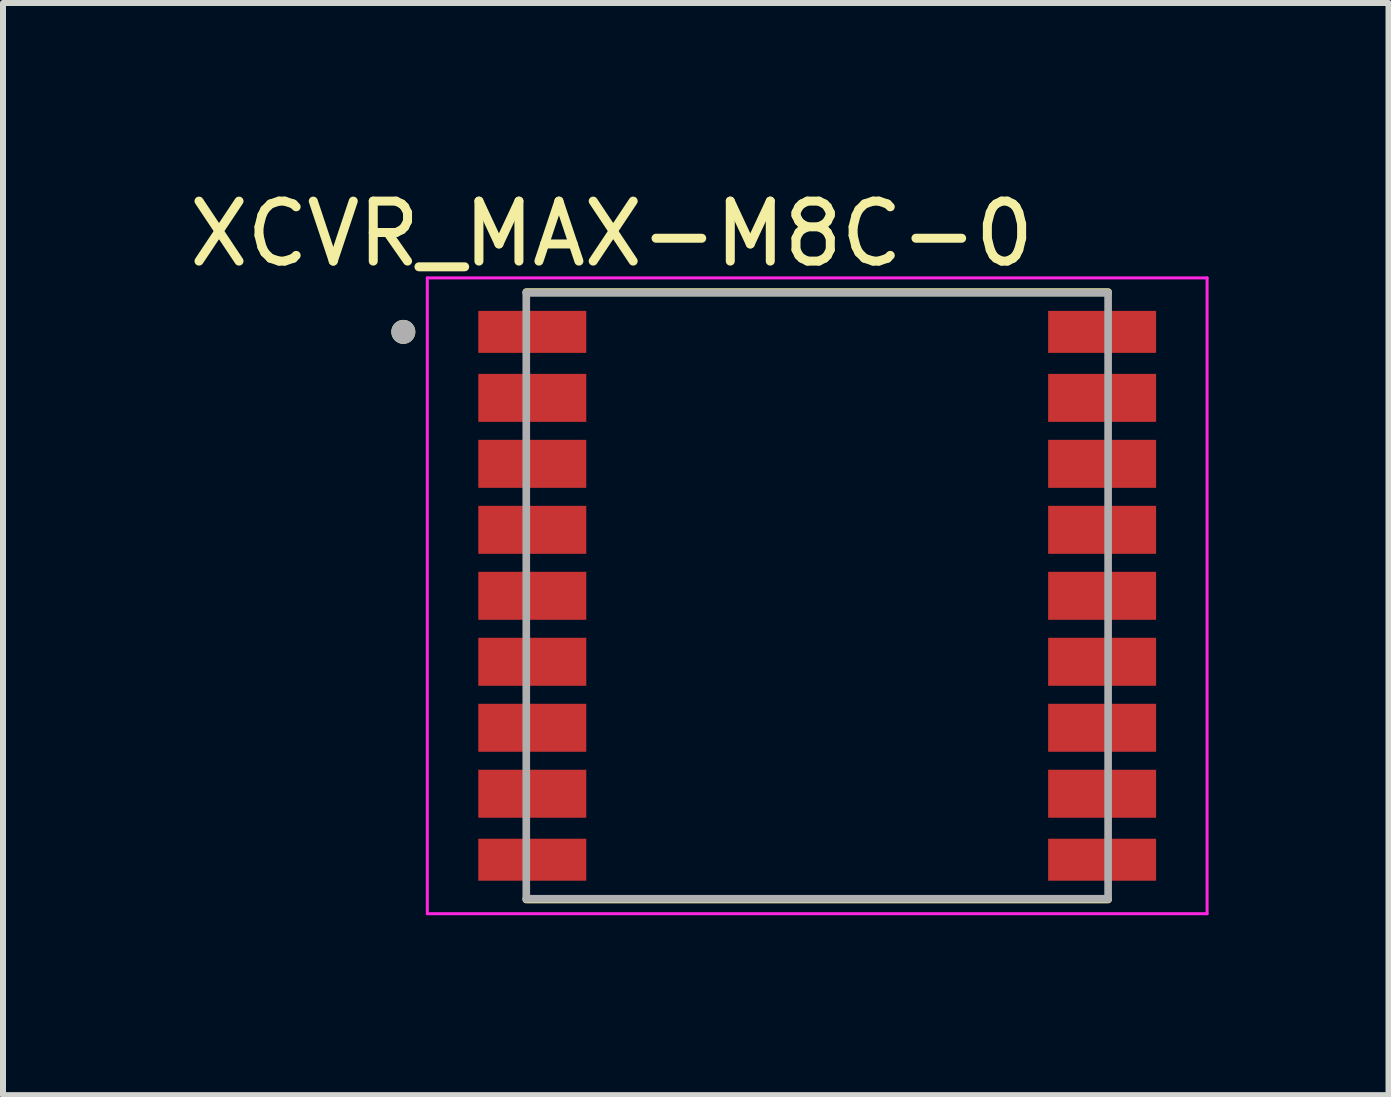
<source format=kicad_pcb>
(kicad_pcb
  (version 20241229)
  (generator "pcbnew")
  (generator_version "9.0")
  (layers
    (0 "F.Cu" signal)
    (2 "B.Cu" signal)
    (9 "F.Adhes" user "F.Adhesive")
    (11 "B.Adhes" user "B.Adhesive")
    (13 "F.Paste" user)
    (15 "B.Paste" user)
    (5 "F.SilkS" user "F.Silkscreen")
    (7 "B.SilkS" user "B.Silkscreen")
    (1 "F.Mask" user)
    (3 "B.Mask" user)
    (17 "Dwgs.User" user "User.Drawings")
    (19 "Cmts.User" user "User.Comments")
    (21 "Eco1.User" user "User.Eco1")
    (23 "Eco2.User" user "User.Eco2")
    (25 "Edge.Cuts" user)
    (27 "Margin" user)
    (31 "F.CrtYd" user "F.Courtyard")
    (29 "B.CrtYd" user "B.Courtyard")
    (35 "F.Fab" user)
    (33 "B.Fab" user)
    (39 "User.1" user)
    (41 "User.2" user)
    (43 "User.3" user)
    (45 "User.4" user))
  (footprint "XCVR_MAX-M8C-0"
    (layer "F.Cu")
    (at 10.574 6.883)
    (property "Reference" "XCVR_MAX-M8C-0" (at -3.425 -6.035 0) (layer "F.SilkS") (effects (font (size 1 1) (thickness 0.15))))
    (attr through_hole)
    (fp_poly (pts (xy -5.65 -4.75) (xy -3.85 -4.75) (xy -3.85 -4.05) (xy -5.65 -4.05)) (stroke (width 0.01) (type solid)) (fill yes) (layer "F.Mask"))
    (fp_poly (pts (xy -5.65 -3.7) (xy -3.85 -3.7) (xy -3.85 -2.9) (xy -5.65 -2.9)) (stroke (width 0.01) (type solid)) (fill yes) (layer "F.Mask"))
    (fp_poly (pts (xy -5.65 -2.6) (xy -3.85 -2.6) (xy -3.85 -1.8) (xy -5.65 -1.8)) (stroke (width 0.01) (type solid)) (fill yes) (layer "F.Mask"))
    (fp_poly (pts (xy -5.65 -1.5) (xy -3.85 -1.5) (xy -3.85 -0.7) (xy -5.65 -0.7)) (stroke (width 0.01) (type solid)) (fill yes) (layer "F.Mask"))
    (fp_poly (pts (xy -5.65 -0.4) (xy -3.85 -0.4) (xy -3.85 0.4) (xy -5.65 0.4)) (stroke (width 0.01) (type solid)) (fill yes) (layer "F.Mask"))
    (fp_poly (pts (xy -5.65 0.7) (xy -3.85 0.7) (xy -3.85 1.5) (xy -5.65 1.5)) (stroke (width 0.01) (type solid)) (fill yes) (layer "F.Mask"))
    (fp_poly (pts (xy -5.65 1.8) (xy -3.85 1.8) (xy -3.85 2.6) (xy -5.65 2.6)) (stroke (width 0.01) (type solid)) (fill yes) (layer "F.Mask"))
    (fp_poly (pts (xy -5.65 2.9) (xy -3.85 2.9) (xy -3.85 3.7) (xy -5.65 3.7)) (stroke (width 0.01) (type solid)) (fill yes) (layer "F.Mask"))
    (fp_poly (pts (xy -5.65 4.05) (xy -3.85 4.05) (xy -3.85 4.75) (xy -5.65 4.75)) (stroke (width 0.01) (type solid)) (fill yes) (layer "F.Mask"))
    (fp_poly (pts (xy 3.85 -4.75) (xy 5.65 -4.75) (xy 5.65 -4.05) (xy 3.85 -4.05)) (stroke (width 0.01) (type solid)) (fill yes) (layer "F.Mask"))
    (fp_poly (pts (xy 3.85 -3.7) (xy 5.65 -3.7) (xy 5.65 -2.9) (xy 3.85 -2.9)) (stroke (width 0.01) (type solid)) (fill yes) (layer "F.Mask"))
    (fp_poly (pts (xy 3.85 -2.6) (xy 5.65 -2.6) (xy 5.65 -1.8) (xy 3.85 -1.8)) (stroke (width 0.01) (type solid)) (fill yes) (layer "F.Mask"))
    (fp_poly (pts (xy 3.85 -1.5) (xy 5.65 -1.5) (xy 5.65 -0.7) (xy 3.85 -0.7)) (stroke (width 0.01) (type solid)) (fill yes) (layer "F.Mask"))
    (fp_poly (pts (xy 3.85 -0.4) (xy 5.65 -0.4) (xy 5.65 0.4) (xy 3.85 0.4)) (stroke (width 0.01) (type solid)) (fill yes) (layer "F.Mask"))
    (fp_poly (pts (xy 3.85 0.7) (xy 5.65 0.7) (xy 5.65 1.5) (xy 3.85 1.5)) (stroke (width 0.01) (type solid)) (fill yes) (layer "F.Mask"))
    (fp_poly (pts (xy 3.85 1.8) (xy 5.65 1.8) (xy 5.65 2.6) (xy 3.85 2.6)) (stroke (width 0.01) (type solid)) (fill yes) (layer "F.Mask"))
    (fp_poly (pts (xy 3.85 2.9) (xy 5.65 2.9) (xy 5.65 3.7) (xy 3.85 3.7)) (stroke (width 0.01) (type solid)) (fill yes) (layer "F.Mask"))
    (fp_poly (pts (xy 3.85 4.05) (xy 5.65 4.05) (xy 5.65 4.75) (xy 3.85 4.75)) (stroke (width 0.01) (type solid)) (fill yes) (layer "F.Mask"))
    (fp_line (start -4.85 -5.064) (end 4.85 -5.064) (stroke (width 0.127) (type solid)) (layer "F.SilkS"))
    (fp_line (start -4.85 5.064) (end 4.85 5.064) (stroke (width 0.127) (type solid)) (layer "F.SilkS"))
    (fp_circle (center -6.9 -4.4) (end -6.8 -4.4) (stroke (width 0.2) (type solid)) (fill no) (layer "F.SilkS"))
    (fp_poly (pts (xy -6.25 -4.75) (xy -4.85 -4.75) (xy -4.85 -4.65) (xy -3.95 -4.65) (xy -3.95 -4.15) (xy -4.85 -4.15) (xy -4.85 -4.05) (xy -6.25 -4.05)) (stroke (width 0.01) (type solid)) (fill yes) (layer "F.Paste"))
    (fp_poly (pts (xy -6.25 -3.7) (xy -4.85 -3.7) (xy -4.85 -3.6) (xy -3.95 -3.6) (xy -3.95 -3) (xy -4.85 -3) (xy -4.85 -2.9) (xy -6.25 -2.9)) (stroke (width 0.01) (type solid)) (fill yes) (layer "F.Paste"))
    (fp_poly (pts (xy -6.25 -2.6) (xy -4.85 -2.6) (xy -4.85 -2.5) (xy -3.95 -2.5) (xy -3.95 -1.9) (xy -4.85 -1.9) (xy -4.85 -1.8) (xy -6.25 -1.8)) (stroke (width 0.01) (type solid)) (fill yes) (layer "F.Paste"))
    (fp_poly (pts (xy -6.25 -1.5) (xy -4.85 -1.5) (xy -4.85 -1.4) (xy -3.95 -1.4) (xy -3.95 -0.8) (xy -4.85 -0.8) (xy -4.85 -0.7) (xy -6.25 -0.7)) (stroke (width 0.01) (type solid)) (fill yes) (layer "F.Paste"))
    (fp_poly (pts (xy -6.25 -0.4) (xy -4.85 -0.4) (xy -4.85 -0.3) (xy -3.95 -0.3) (xy -3.95 0.3) (xy -4.85 0.3) (xy -4.85 0.4) (xy -6.25 0.4)) (stroke (width 0.01) (type solid)) (fill yes) (layer "F.Paste"))
    (fp_poly (pts (xy -6.25 0.7) (xy -4.85 0.7) (xy -4.85 0.8) (xy -3.95 0.8) (xy -3.95 1.4) (xy -4.85 1.4) (xy -4.85 1.5) (xy -6.25 1.5)) (stroke (width 0.01) (type solid)) (fill yes) (layer "F.Paste"))
    (fp_poly (pts (xy -6.25 1.8) (xy -4.85 1.8) (xy -4.85 1.9) (xy -3.95 1.9) (xy -3.95 2.5) (xy -4.85 2.5) (xy -4.85 2.6) (xy -6.25 2.6)) (stroke (width 0.01) (type solid)) (fill yes) (layer "F.Paste"))
    (fp_poly (pts (xy -6.25 2.9) (xy -4.85 2.9) (xy -4.85 3) (xy -3.95 3) (xy -3.95 3.6) (xy -4.85 3.6) (xy -4.85 3.7) (xy -6.25 3.7)) (stroke (width 0.01) (type solid)) (fill yes) (layer "F.Paste"))
    (fp_poly (pts (xy -6.25 4.05) (xy -4.85 4.05) (xy -4.85 4.15) (xy -3.95 4.15) (xy -3.95 4.65) (xy -4.85 4.65) (xy -4.85 4.75) (xy -6.25 4.75)) (stroke (width 0.01) (type solid)) (fill yes) (layer "F.Paste"))
    (fp_poly (pts (xy 6.25 -4.05) (xy 4.85 -4.05) (xy 4.85 -4.15) (xy 3.95 -4.15) (xy 3.95 -4.65) (xy 4.85 -4.65) (xy 4.85 -4.75) (xy 6.25 -4.75)) (stroke (width 0.01) (type solid)) (fill yes) (layer "F.Paste"))
    (fp_poly (pts (xy 6.25 -2.9) (xy 4.85 -2.9) (xy 4.85 -3) (xy 3.95 -3) (xy 3.95 -3.6) (xy 4.85 -3.6) (xy 4.85 -3.7) (xy 6.25 -3.7)) (stroke (width 0.01) (type solid)) (fill yes) (layer "F.Paste"))
    (fp_poly (pts (xy 6.25 -1.8) (xy 4.85 -1.8) (xy 4.85 -1.9) (xy 3.95 -1.9) (xy 3.95 -2.5) (xy 4.85 -2.5) (xy 4.85 -2.6) (xy 6.25 -2.6)) (stroke (width 0.01) (type solid)) (fill yes) (layer "F.Paste"))
    (fp_poly (pts (xy 6.25 -0.7) (xy 4.85 -0.7) (xy 4.85 -0.8) (xy 3.95 -0.8) (xy 3.95 -1.4) (xy 4.85 -1.4) (xy 4.85 -1.5) (xy 6.25 -1.5)) (stroke (width 0.01) (type solid)) (fill yes) (layer "F.Paste"))
    (fp_poly (pts (xy 6.25 0.4) (xy 4.85 0.4) (xy 4.85 0.3) (xy 3.95 0.3) (xy 3.95 -0.3) (xy 4.85 -0.3) (xy 4.85 -0.4) (xy 6.25 -0.4)) (stroke (width 0.01) (type solid)) (fill yes) (layer "F.Paste"))
    (fp_poly (pts (xy 6.25 1.5) (xy 4.85 1.5) (xy 4.85 1.4) (xy 3.95 1.4) (xy 3.95 0.8) (xy 4.85 0.8) (xy 4.85 0.7) (xy 6.25 0.7)) (stroke (width 0.01) (type solid)) (fill yes) (layer "F.Paste"))
    (fp_poly (pts (xy 6.25 2.6) (xy 4.85 2.6) (xy 4.85 2.5) (xy 3.95 2.5) (xy 3.95 1.9) (xy 4.85 1.9) (xy 4.85 1.8) (xy 6.25 1.8)) (stroke (width 0.01) (type solid)) (fill yes) (layer "F.Paste"))
    (fp_poly (pts (xy 6.25 3.7) (xy 4.85 3.7) (xy 4.85 3.6) (xy 3.95 3.6) (xy 3.95 3) (xy 4.85 3) (xy 4.85 2.9) (xy 6.25 2.9)) (stroke (width 0.01) (type solid)) (fill yes) (layer "F.Paste"))
    (fp_poly (pts (xy 6.25 4.75) (xy 4.85 4.75) (xy 4.85 4.65) (xy 3.95 4.65) (xy 3.95 4.15) (xy 4.85 4.15) (xy 4.85 4.05) (xy 6.25 4.05)) (stroke (width 0.01) (type solid)) (fill yes) (layer "F.Paste"))
    (fp_line (start -6.5 -5.3) (end 6.5 -5.3) (stroke (width 0.05) (type solid)) (layer "F.CrtYd"))
    (fp_line (start -6.5 5.3) (end -6.5 -5.3) (stroke (width 0.05) (type solid)) (layer "F.CrtYd"))
    (fp_line (start 6.5 -5.3) (end 6.5 5.3) (stroke (width 0.05) (type solid)) (layer "F.CrtYd"))
    (fp_line (start 6.5 5.3) (end -6.5 5.3) (stroke (width 0.05) (type solid)) (layer "F.CrtYd"))
    (fp_line (start -4.85 -5.05) (end 4.85 -5.05) (stroke (width 0.127) (type solid)) (layer "F.Fab"))
    (fp_line (start -4.85 5.05) (end -4.85 -5.05) (stroke (width 0.127) (type solid)) (layer "F.Fab"))
    (fp_line (start 4.85 -5.05) (end 4.85 5.05) (stroke (width 0.127) (type solid)) (layer "F.Fab"))
    (fp_line (start 4.85 5.05) (end -4.85 5.05) (stroke (width 0.127) (type solid)) (layer "F.Fab"))
    (fp_circle (center -6.9 -4.4) (end -6.8 -4.4) (stroke (width 0.2) (type solid)) (fill no) (layer "F.Fab"))
    (pad "1" smd rect (at -4.75 -4.4) (size 1.8 0.7) (layers "F.Cu"))
    (pad "2" smd rect (at -4.75 -3.3) (size 1.8 0.8) (layers "F.Cu"))
    (pad "3" smd rect (at -4.75 -2.2) (size 1.8 0.8) (layers "F.Cu"))
    (pad "4" smd rect (at -4.75 -1.1) (size 1.8 0.8) (layers "F.Cu"))
    (pad "5" smd rect (at -4.75 0) (size 1.8 0.8) (layers "F.Cu"))
    (pad "6" smd rect (at -4.75 1.1) (size 1.8 0.8) (layers "F.Cu"))
    (pad "7" smd rect (at -4.75 2.2) (size 1.8 0.8) (layers "F.Cu"))
    (pad "8" smd rect (at -4.75 3.3) (size 1.8 0.8) (layers "F.Cu"))
    (pad "9" smd rect (at -4.75 4.4) (size 1.8 0.7) (layers "F.Cu"))
    (pad "10" smd rect (at 4.75 4.4) (size 1.8 0.7) (layers "F.Cu"))
    (pad "11" smd rect (at 4.75 3.3) (size 1.8 0.8) (layers "F.Cu"))
    (pad "12" smd rect (at 4.75 2.2) (size 1.8 0.8) (layers "F.Cu"))
    (pad "13" smd rect (at 4.75 1.1) (size 1.8 0.8) (layers "F.Cu"))
    (pad "14" smd rect (at 4.75 0) (size 1.8 0.8) (layers "F.Cu"))
    (pad "15" smd rect (at 4.75 -1.1) (size 1.8 0.8) (layers "F.Cu"))
    (pad "16" smd rect (at 4.75 -2.2) (size 1.8 0.8) (layers "F.Cu"))
    (pad "17" smd rect (at 4.75 -3.3) (size 1.8 0.8) (layers "F.Cu"))
    (pad "18" smd rect (at 4.75 -4.4) (size 1.8 0.7) (layers "F.Cu")))
  (gr_rect
    (start -3 -3)
    (end 20.099 15.208)
    (stroke (width 0.1) (type default))
    (fill no)
    (layer "Edge.Cuts")))
</source>
